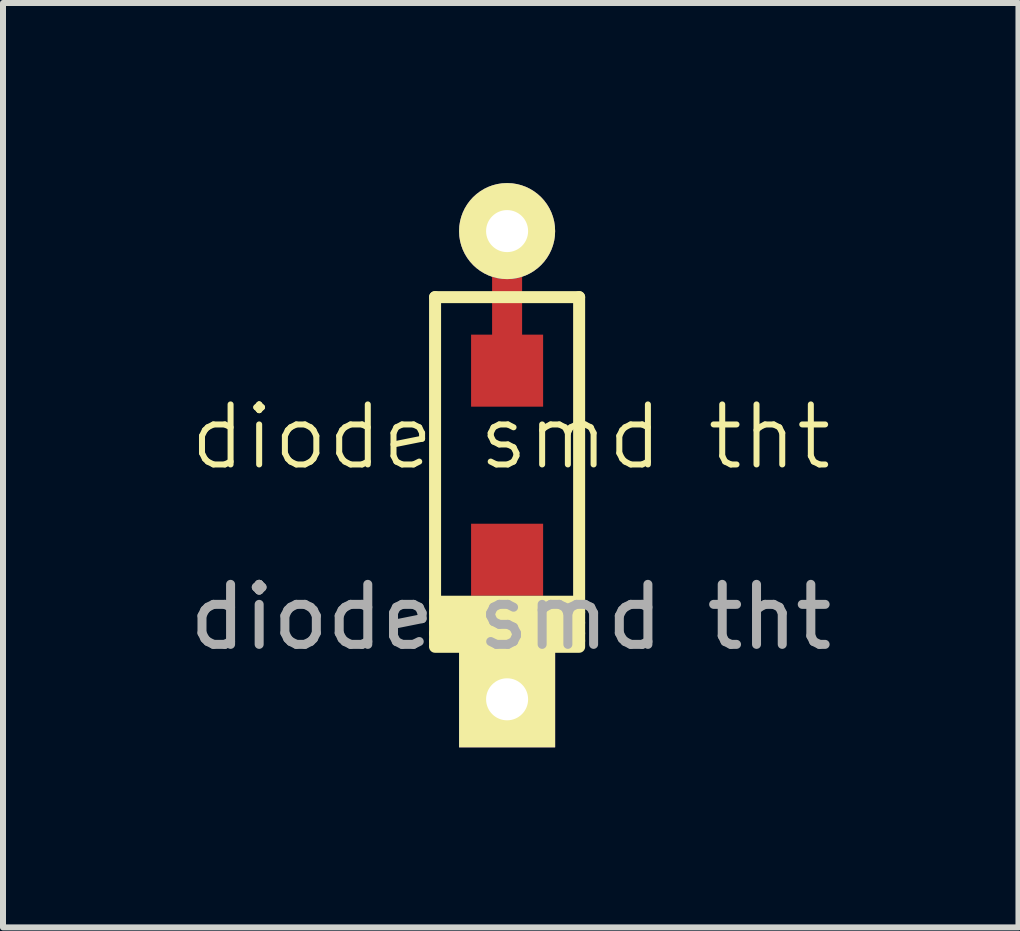
<source format=kicad_pcb>
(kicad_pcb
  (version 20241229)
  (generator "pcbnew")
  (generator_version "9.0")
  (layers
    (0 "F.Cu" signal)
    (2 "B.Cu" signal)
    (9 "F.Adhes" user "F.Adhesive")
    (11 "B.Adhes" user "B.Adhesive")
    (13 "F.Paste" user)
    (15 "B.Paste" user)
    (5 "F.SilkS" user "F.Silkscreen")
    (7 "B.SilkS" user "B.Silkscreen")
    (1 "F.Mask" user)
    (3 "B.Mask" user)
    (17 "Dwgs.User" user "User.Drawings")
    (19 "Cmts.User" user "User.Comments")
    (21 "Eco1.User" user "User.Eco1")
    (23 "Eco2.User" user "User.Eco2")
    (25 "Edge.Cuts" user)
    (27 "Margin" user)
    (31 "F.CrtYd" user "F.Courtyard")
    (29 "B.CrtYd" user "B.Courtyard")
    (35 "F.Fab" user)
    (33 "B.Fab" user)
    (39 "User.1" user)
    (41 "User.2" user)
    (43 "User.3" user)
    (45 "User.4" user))
  (footprint "diode smd tht"
    (layer "F.Cu")
    (at 5.458 4.73)
    (property "Reference" "diode smd tht" (at 0 -0.5 0) (unlocked yes) (layer "F.SilkS") (effects (font (size 1 1) (thickness 0.1))))
    (fp_line (start -1.26 -2.83) (end 1.14 -2.83) (stroke (width 0.2) (type solid)) (layer "F.SilkS"))
    (fp_line (start -1.26 2.245) (end 1.14 2.245) (stroke (width 0.2) (type solid)) (layer "F.SilkS"))
    (fp_line (start -1.26 2.42) (end 1.14 2.42) (stroke (width 0.2) (type solid)) (layer "F.SilkS"))
    (fp_line (start -1.26 2.595) (end 1.14 2.595) (stroke (width 0.2) (type solid)) (layer "F.SilkS"))
    (fp_line (start -1.26 2.77) (end 1.14 2.77) (stroke (width 0.2) (type solid)) (layer "F.SilkS"))
    (fp_line (start -1.26 2.895) (end 1.14 2.895) (stroke (width 0.2) (type solid)) (layer "F.SilkS"))
    (fp_line (start -1.26 2.97) (end -1.26 -2.83) (stroke (width 0.2) (type solid)) (layer "F.SilkS"))
    (fp_line (start 1.14 -2.83) (end 1.14 2.97) (stroke (width 0.2) (type solid)) (layer "F.SilkS"))
    (fp_line (start 1.14 2.995) (end -1.26 2.995) (stroke (width 0.2) (type solid)) (layer "F.SilkS"))
    (fp_text user "${REFERENCE}" (at 0 2.5 0) (unlocked yes) (layer "F.Fab") (effects (font (size 1 1) (thickness 0.15))))
    (pad "1" smd rect (at -0.06 1.545 90) (size 1.2 1.2) (layers "F.Cu" "F.Mask" "F.Paste"))
    (pad "1" thru_hole rect (at -0.06 3.87 90) (size 1.6 1.6) (drill 0.7) (layers "*.Cu" "*.Mask" "F.SilkS"))
    (pad "2" thru_hole circle (at -0.06 -3.93 90) (size 1.6 1.6) (drill 0.7) (layers "*.Cu" "*.Mask" "F.SilkS"))
    (pad "2" smd rect (at -0.06 -2.73 90) (size 2.5 0.5) (layers "F.Cu"))
    (pad "2" smd rect (at -0.06 -1.605 90) (size 1.2 1.2) (layers "F.Cu" "F.Mask" "F.Paste")))
  (gr_rect
    (start -3 -3)
    (end 13.917 12.4)
    (stroke (width 0.1) (type default))
    (fill no)
    (layer "Edge.Cuts")))
</source>
